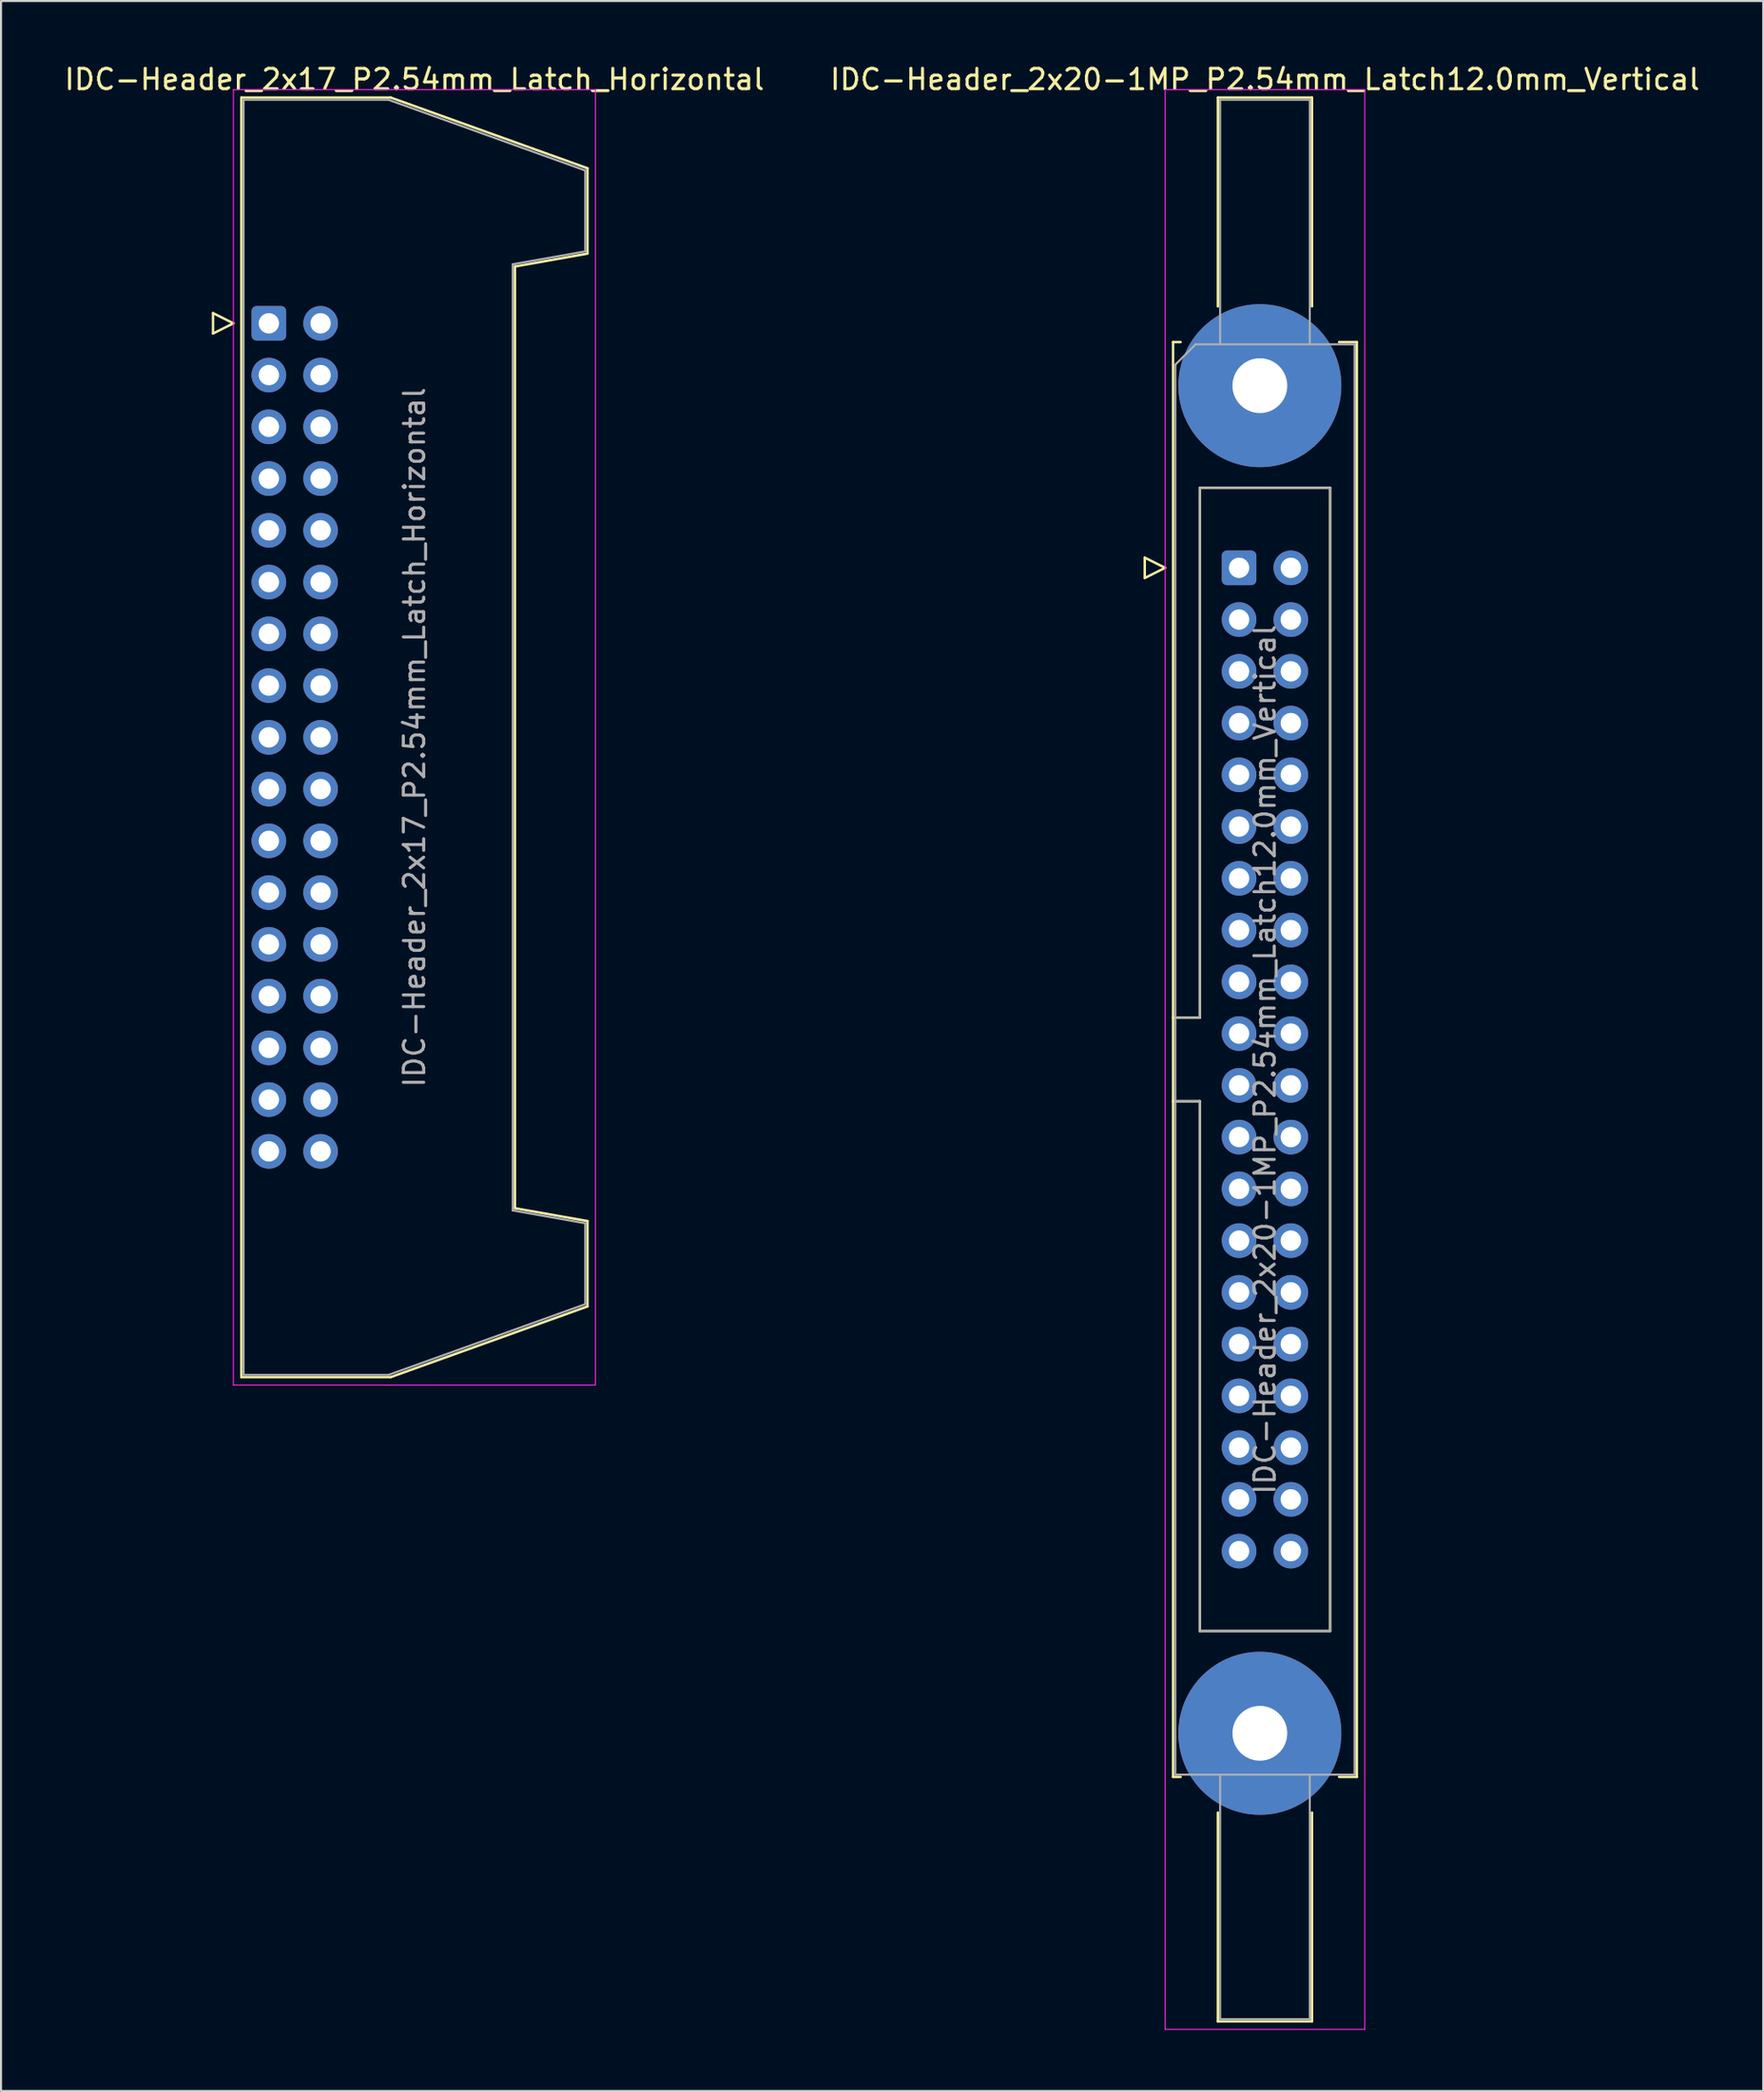
<source format=kicad_pcb>
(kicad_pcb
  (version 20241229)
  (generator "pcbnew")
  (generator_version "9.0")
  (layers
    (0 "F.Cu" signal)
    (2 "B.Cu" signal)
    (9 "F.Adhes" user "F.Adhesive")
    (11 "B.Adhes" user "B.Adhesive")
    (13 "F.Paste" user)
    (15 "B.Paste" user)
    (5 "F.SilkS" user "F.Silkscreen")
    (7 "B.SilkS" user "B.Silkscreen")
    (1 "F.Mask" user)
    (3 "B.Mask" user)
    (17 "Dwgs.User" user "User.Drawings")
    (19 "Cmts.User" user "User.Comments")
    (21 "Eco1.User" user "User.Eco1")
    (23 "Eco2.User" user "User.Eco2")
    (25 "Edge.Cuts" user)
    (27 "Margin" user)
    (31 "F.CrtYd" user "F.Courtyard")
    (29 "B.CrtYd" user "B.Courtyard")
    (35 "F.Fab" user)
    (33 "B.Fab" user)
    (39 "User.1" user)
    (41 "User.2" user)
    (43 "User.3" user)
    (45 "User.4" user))
  (footprint "IDC-Header_2x17_P2.54mm_Latch_Horizontal"
    (layer "F.Cu")
    (at 10.147 12.818)
    (property "Reference" "IDC-Header_2x17_P2.54mm_Latch_Horizontal" (at 7.145 -11.97 0) (layer "F.SilkS") (effects (font (size 1 1) (thickness 0.15))))
    (attr through_hole)
    (fp_line (start -2.74 -0.5) (end -2.74 0.5) (stroke (width 0.12) (type solid)) (layer "F.SilkS"))
    (fp_line (start -2.74 0.5) (end -1.74 0) (stroke (width 0.12) (type solid)) (layer "F.SilkS"))
    (fp_line (start -1.74 0) (end -2.74 -0.5) (stroke (width 0.12) (type solid)) (layer "F.SilkS"))
    (fp_line (start -1.35 -11.08) (end 5.98 -11.08) (stroke (width 0.12) (type solid)) (layer "F.SilkS"))
    (fp_line (start -1.35 51.72) (end -1.35 -11.08) (stroke (width 0.12) (type solid)) (layer "F.SilkS"))
    (fp_line (start 5.98 -11.08) (end 15.64 -7.61) (stroke (width 0.12) (type solid)) (layer "F.SilkS"))
    (fp_line (start 5.98 51.72) (end -1.35 51.72) (stroke (width 0.12) (type solid)) (layer "F.SilkS"))
    (fp_line (start 12.08 -2.79) (end 12.08 43.43) (stroke (width 0.12) (type solid)) (layer "F.SilkS"))
    (fp_line (start 12.08 43.43) (end 15.64 44.06) (stroke (width 0.12) (type solid)) (layer "F.SilkS"))
    (fp_line (start 15.64 -7.61) (end 15.64 -3.42) (stroke (width 0.12) (type solid)) (layer "F.SilkS"))
    (fp_line (start 15.64 -3.42) (end 12.08 -2.79) (stroke (width 0.12) (type solid)) (layer "F.SilkS"))
    (fp_line (start 15.64 44.06) (end 15.64 48.25) (stroke (width 0.12) (type solid)) (layer "F.SilkS"))
    (fp_line (start 15.64 48.25) (end 5.98 51.72) (stroke (width 0.12) (type solid)) (layer "F.SilkS"))
    (fp_line (start -1.74 -11.47) (end -1.74 52.11) (stroke (width 0.05) (type solid)) (layer "F.CrtYd"))
    (fp_line (start -1.74 52.11) (end 16.03 52.11) (stroke (width 0.05) (type solid)) (layer "F.CrtYd"))
    (fp_line (start 16.03 -11.47) (end -1.74 -11.47) (stroke (width 0.05) (type solid)) (layer "F.CrtYd"))
    (fp_line (start 16.03 52.11) (end 16.03 -11.47) (stroke (width 0.05) (type solid)) (layer "F.CrtYd"))
    (fp_line (start -1.24 -10.97) (end 5.87 -10.97) (stroke (width 0.1) (type solid)) (layer "F.Fab"))
    (fp_line (start -1.24 51.61) (end -1.24 -10.97) (stroke (width 0.1) (type solid)) (layer "F.Fab"))
    (fp_line (start 5.87 -10.97) (end 15.53 -7.5) (stroke (width 0.1) (type solid)) (layer "F.Fab"))
    (fp_line (start 5.87 51.61) (end -1.24 51.61) (stroke (width 0.1) (type solid)) (layer "F.Fab"))
    (fp_line (start 11.97 -2.9) (end 11.97 43.54) (stroke (width 0.1) (type solid)) (layer "F.Fab"))
    (fp_line (start 11.97 43.54) (end 15.53 44.17) (stroke (width 0.1) (type solid)) (layer "F.Fab"))
    (fp_line (start 15.53 -7.5) (end 15.53 -3.53) (stroke (width 0.1) (type solid)) (layer "F.Fab"))
    (fp_line (start 15.53 -3.53) (end 11.97 -2.9) (stroke (width 0.1) (type solid)) (layer "F.Fab"))
    (fp_line (start 15.53 44.17) (end 15.53 48.14) (stroke (width 0.1) (type solid)) (layer "F.Fab"))
    (fp_line (start 15.53 48.14) (end 5.87 51.61) (stroke (width 0.1) (type solid)) (layer "F.Fab"))
    (fp_text user "${REFERENCE}" (at 7.145 20.32 90) (layer "F.Fab") (effects (font (size 1 1) (thickness 0.15))))
    (pad "1" thru_hole roundrect (at 0 0) (size 1.7 1.7) (drill 1) (layers "*.Cu" "*.Mask") (roundrect_rratio 0.147))
    (pad "2" thru_hole circle (at 2.54 0) (size 1.7 1.7) (drill 1) (layers "*.Cu" "*.Mask"))
    (pad "3" thru_hole circle (at 0 2.54) (size 1.7 1.7) (drill 1) (layers "*.Cu" "*.Mask"))
    (pad "4" thru_hole circle (at 2.54 2.54) (size 1.7 1.7) (drill 1) (layers "*.Cu" "*.Mask"))
    (pad "5" thru_hole circle (at 0 5.08) (size 1.7 1.7) (drill 1) (layers "*.Cu" "*.Mask"))
    (pad "6" thru_hole circle (at 2.54 5.08) (size 1.7 1.7) (drill 1) (layers "*.Cu" "*.Mask"))
    (pad "7" thru_hole circle (at 0 7.62) (size 1.7 1.7) (drill 1) (layers "*.Cu" "*.Mask"))
    (pad "8" thru_hole circle (at 2.54 7.62) (size 1.7 1.7) (drill 1) (layers "*.Cu" "*.Mask"))
    (pad "9" thru_hole circle (at 0 10.16) (size 1.7 1.7) (drill 1) (layers "*.Cu" "*.Mask"))
    (pad "10" thru_hole circle (at 2.54 10.16) (size 1.7 1.7) (drill 1) (layers "*.Cu" "*.Mask"))
    (pad "11" thru_hole circle (at 0 12.7) (size 1.7 1.7) (drill 1) (layers "*.Cu" "*.Mask"))
    (pad "12" thru_hole circle (at 2.54 12.7) (size 1.7 1.7) (drill 1) (layers "*.Cu" "*.Mask"))
    (pad "13" thru_hole circle (at 0 15.24) (size 1.7 1.7) (drill 1) (layers "*.Cu" "*.Mask"))
    (pad "14" thru_hole circle (at 2.54 15.24) (size 1.7 1.7) (drill 1) (layers "*.Cu" "*.Mask"))
    (pad "15" thru_hole circle (at 0 17.78) (size 1.7 1.7) (drill 1) (layers "*.Cu" "*.Mask"))
    (pad "16" thru_hole circle (at 2.54 17.78) (size 1.7 1.7) (drill 1) (layers "*.Cu" "*.Mask"))
    (pad "17" thru_hole circle (at 0 20.32) (size 1.7 1.7) (drill 1) (layers "*.Cu" "*.Mask"))
    (pad "18" thru_hole circle (at 2.54 20.32) (size 1.7 1.7) (drill 1) (layers "*.Cu" "*.Mask"))
    (pad "19" thru_hole circle (at 0 22.86) (size 1.7 1.7) (drill 1) (layers "*.Cu" "*.Mask"))
    (pad "20" thru_hole circle (at 2.54 22.86) (size 1.7 1.7) (drill 1) (layers "*.Cu" "*.Mask"))
    (pad "21" thru_hole circle (at 0 25.4) (size 1.7 1.7) (drill 1) (layers "*.Cu" "*.Mask"))
    (pad "22" thru_hole circle (at 2.54 25.4) (size 1.7 1.7) (drill 1) (layers "*.Cu" "*.Mask"))
    (pad "23" thru_hole circle (at 0 27.94) (size 1.7 1.7) (drill 1) (layers "*.Cu" "*.Mask"))
    (pad "24" thru_hole circle (at 2.54 27.94) (size 1.7 1.7) (drill 1) (layers "*.Cu" "*.Mask"))
    (pad "25" thru_hole circle (at 0 30.48) (size 1.7 1.7) (drill 1) (layers "*.Cu" "*.Mask"))
    (pad "26" thru_hole circle (at 2.54 30.48) (size 1.7 1.7) (drill 1) (layers "*.Cu" "*.Mask"))
    (pad "27" thru_hole circle (at 0 33.02) (size 1.7 1.7) (drill 1) (layers "*.Cu" "*.Mask"))
    (pad "28" thru_hole circle (at 2.54 33.02) (size 1.7 1.7) (drill 1) (layers "*.Cu" "*.Mask"))
    (pad "29" thru_hole circle (at 0 35.56) (size 1.7 1.7) (drill 1) (layers "*.Cu" "*.Mask"))
    (pad "30" thru_hole circle (at 2.54 35.56) (size 1.7 1.7) (drill 1) (layers "*.Cu" "*.Mask"))
    (pad "31" thru_hole circle (at 0 38.1) (size 1.7 1.7) (drill 1) (layers "*.Cu" "*.Mask"))
    (pad "32" thru_hole circle (at 2.54 38.1) (size 1.7 1.7) (drill 1) (layers "*.Cu" "*.Mask"))
    (pad "33" thru_hole circle (at 0 40.64) (size 1.7 1.7) (drill 1) (layers "*.Cu" "*.Mask"))
    (pad "34" thru_hole circle (at 2.54 40.64) (size 1.7 1.7) (drill 1) (layers "*.Cu" "*.Mask")))
  (footprint "IDC-Header_2x20-1MP_P2.54mm_Latch12.0mm_Vertical"
    (layer "F.Cu")
    (at 57.772 24.818)
    (property "Reference" "IDC-Header_2x20-1MP_P2.54mm_Latch12.0mm_Vertical" (at 1.27 -23.97 0) (layer "F.SilkS") (effects (font (size 1 1) (thickness 0.15))))
    (attr through_hole)
    (fp_line (start -4.63 -0.5) (end -4.63 0.5) (stroke (width 0.12) (type solid)) (layer "F.SilkS"))
    (fp_line (start -4.63 0.5) (end -3.63 0) (stroke (width 0.12) (type solid)) (layer "F.SilkS"))
    (fp_line (start -3.63 0) (end -4.63 -0.5) (stroke (width 0.12) (type solid)) (layer "F.SilkS"))
    (fp_line (start -3.24 -11.08) (end -3.24 59.34) (stroke (width 0.12) (type solid)) (layer "F.SilkS"))
    (fp_line (start -3.24 22.08) (end -1.93 22.08) (stroke (width 0.12) (type solid)) (layer "F.SilkS"))
    (fp_line (start -3.24 59.34) (end -2.87 59.34) (stroke (width 0.12) (type solid)) (layer "F.SilkS"))
    (fp_line (start -2.87 -11.08) (end -3.24 -11.08) (stroke (width 0.12) (type solid)) (layer "F.SilkS"))
    (fp_line (start -1.93 -3.92) (end 4.47 -3.92) (stroke (width 0.12) (type solid)) (layer "F.SilkS"))
    (fp_line (start -1.93 22.08) (end -1.93 -3.92) (stroke (width 0.12) (type solid)) (layer "F.SilkS"))
    (fp_line (start -1.93 26.18) (end -3.24 26.18) (stroke (width 0.12) (type solid)) (layer "F.SilkS"))
    (fp_line (start -1.93 26.18) (end -1.93 26.18) (stroke (width 0.12) (type solid)) (layer "F.SilkS"))
    (fp_line (start -1.93 52.18) (end -1.93 26.18) (stroke (width 0.12) (type solid)) (layer "F.SilkS"))
    (fp_line (start -1.04 -23.08) (end 3.58 -23.08) (stroke (width 0.12) (type solid)) (layer "F.SilkS"))
    (fp_line (start -1.04 -12.83) (end -1.04 -23.08) (stroke (width 0.12) (type solid)) (layer "F.SilkS"))
    (fp_line (start -1.04 61.09) (end -1.04 71.34) (stroke (width 0.12) (type solid)) (layer "F.SilkS"))
    (fp_line (start -1.04 71.34) (end 3.58 71.34) (stroke (width 0.12) (type solid)) (layer "F.SilkS"))
    (fp_line (start 3.58 -23.08) (end 3.58 -12.83) (stroke (width 0.12) (type solid)) (layer "F.SilkS"))
    (fp_line (start 3.58 71.34) (end 3.58 61.09) (stroke (width 0.12) (type solid)) (layer "F.SilkS"))
    (fp_line (start 4.47 -3.92) (end 4.47 52.18) (stroke (width 0.12) (type solid)) (layer "F.SilkS"))
    (fp_line (start 4.47 52.18) (end -1.93 52.18) (stroke (width 0.12) (type solid)) (layer "F.SilkS"))
    (fp_line (start 4.91 -11.08) (end 5.78 -11.08) (stroke (width 0.12) (type solid)) (layer "F.SilkS"))
    (fp_line (start 5.78 -11.08) (end 5.78 59.34) (stroke (width 0.12) (type solid)) (layer "F.SilkS"))
    (fp_line (start 5.78 59.34) (end 4.91 59.34) (stroke (width 0.12) (type solid)) (layer "F.SilkS"))
    (fp_line (start -3.63 -23.47) (end -3.63 71.73) (stroke (width 0.05) (type solid)) (layer "F.CrtYd"))
    (fp_line (start -3.63 71.73) (end 6.17 71.73) (stroke (width 0.05) (type solid)) (layer "F.CrtYd"))
    (fp_line (start 6.17 -23.47) (end -3.63 -23.47) (stroke (width 0.05) (type solid)) (layer "F.CrtYd"))
    (fp_line (start 6.17 71.73) (end 6.17 -23.47) (stroke (width 0.05) (type solid)) (layer "F.CrtYd"))
    (fp_line (start -3.13 -9.97) (end -2.13 -10.97) (stroke (width 0.1) (type solid)) (layer "F.Fab"))
    (fp_line (start -3.13 22.08) (end -1.93 22.08) (stroke (width 0.1) (type solid)) (layer "F.Fab"))
    (fp_line (start -3.13 59.23) (end -3.13 -9.97) (stroke (width 0.1) (type solid)) (layer "F.Fab"))
    (fp_line (start -2.13 -10.97) (end 5.67 -10.97) (stroke (width 0.1) (type solid)) (layer "F.Fab"))
    (fp_line (start -1.93 -3.92) (end 4.47 -3.92) (stroke (width 0.1) (type solid)) (layer "F.Fab"))
    (fp_line (start -1.93 22.08) (end -1.93 -3.92) (stroke (width 0.1) (type solid)) (layer "F.Fab"))
    (fp_line (start -1.93 26.18) (end -3.13 26.18) (stroke (width 0.1) (type solid)) (layer "F.Fab"))
    (fp_line (start -1.93 26.18) (end -1.93 26.18) (stroke (width 0.1) (type solid)) (layer "F.Fab"))
    (fp_line (start -1.93 52.18) (end -1.93 26.18) (stroke (width 0.1) (type solid)) (layer "F.Fab"))
    (fp_line (start -0.93 -22.97) (end 3.47 -22.97) (stroke (width 0.1) (type solid)) (layer "F.Fab"))
    (fp_line (start -0.93 -10.97) (end -0.93 -22.97) (stroke (width 0.1) (type solid)) (layer "F.Fab"))
    (fp_line (start -0.93 59.23) (end -0.93 71.23) (stroke (width 0.1) (type solid)) (layer "F.Fab"))
    (fp_line (start -0.93 71.23) (end 3.47 71.23) (stroke (width 0.1) (type solid)) (layer "F.Fab"))
    (fp_line (start 3.47 -22.97) (end 3.47 -10.97) (stroke (width 0.1) (type solid)) (layer "F.Fab"))
    (fp_line (start 3.47 71.23) (end 3.47 59.23) (stroke (width 0.1) (type solid)) (layer "F.Fab"))
    (fp_line (start 4.47 -3.92) (end 4.47 52.18) (stroke (width 0.1) (type solid)) (layer "F.Fab"))
    (fp_line (start 4.47 52.18) (end -1.93 52.18) (stroke (width 0.1) (type solid)) (layer "F.Fab"))
    (fp_line (start 5.67 -10.97) (end 5.67 59.23) (stroke (width 0.1) (type solid)) (layer "F.Fab"))
    (fp_line (start 5.67 59.23) (end -3.13 59.23) (stroke (width 0.1) (type solid)) (layer "F.Fab"))
    (fp_text user "${REFERENCE}" (at 1.27 24.13 90) (layer "F.Fab") (effects (font (size 1 1) (thickness 0.15))))
    (pad "1" thru_hole roundrect (at 0 0) (size 1.7 1.7) (drill 1) (layers "*.Cu" "*.Mask") (roundrect_rratio 0.147))
    (pad "2" thru_hole circle (at 2.54 0) (size 1.7 1.7) (drill 1) (layers "*.Cu" "*.Mask"))
    (pad "3" thru_hole circle (at 0 2.54) (size 1.7 1.7) (drill 1) (layers "*.Cu" "*.Mask"))
    (pad "4" thru_hole circle (at 2.54 2.54) (size 1.7 1.7) (drill 1) (layers "*.Cu" "*.Mask"))
    (pad "5" thru_hole circle (at 0 5.08) (size 1.7 1.7) (drill 1) (layers "*.Cu" "*.Mask"))
    (pad "6" thru_hole circle (at 2.54 5.08) (size 1.7 1.7) (drill 1) (layers "*.Cu" "*.Mask"))
    (pad "7" thru_hole circle (at 0 7.62) (size 1.7 1.7) (drill 1) (layers "*.Cu" "*.Mask"))
    (pad "8" thru_hole circle (at 2.54 7.62) (size 1.7 1.7) (drill 1) (layers "*.Cu" "*.Mask"))
    (pad "9" thru_hole circle (at 0 10.16) (size 1.7 1.7) (drill 1) (layers "*.Cu" "*.Mask"))
    (pad "10" thru_hole circle (at 2.54 10.16) (size 1.7 1.7) (drill 1) (layers "*.Cu" "*.Mask"))
    (pad "11" thru_hole circle (at 0 12.7) (size 1.7 1.7) (drill 1) (layers "*.Cu" "*.Mask"))
    (pad "12" thru_hole circle (at 2.54 12.7) (size 1.7 1.7) (drill 1) (layers "*.Cu" "*.Mask"))
    (pad "13" thru_hole circle (at 0 15.24) (size 1.7 1.7) (drill 1) (layers "*.Cu" "*.Mask"))
    (pad "14" thru_hole circle (at 2.54 15.24) (size 1.7 1.7) (drill 1) (layers "*.Cu" "*.Mask"))
    (pad "15" thru_hole circle (at 0 17.78) (size 1.7 1.7) (drill 1) (layers "*.Cu" "*.Mask"))
    (pad "16" thru_hole circle (at 2.54 17.78) (size 1.7 1.7) (drill 1) (layers "*.Cu" "*.Mask"))
    (pad "17" thru_hole circle (at 0 20.32) (size 1.7 1.7) (drill 1) (layers "*.Cu" "*.Mask"))
    (pad "18" thru_hole circle (at 2.54 20.32) (size 1.7 1.7) (drill 1) (layers "*.Cu" "*.Mask"))
    (pad "19" thru_hole circle (at 0 22.86) (size 1.7 1.7) (drill 1) (layers "*.Cu" "*.Mask"))
    (pad "20" thru_hole circle (at 2.54 22.86) (size 1.7 1.7) (drill 1) (layers "*.Cu" "*.Mask"))
    (pad "21" thru_hole circle (at 0 25.4) (size 1.7 1.7) (drill 1) (layers "*.Cu" "*.Mask"))
    (pad "22" thru_hole circle (at 2.54 25.4) (size 1.7 1.7) (drill 1) (layers "*.Cu" "*.Mask"))
    (pad "23" thru_hole circle (at 0 27.94) (size 1.7 1.7) (drill 1) (layers "*.Cu" "*.Mask"))
    (pad "24" thru_hole circle (at 2.54 27.94) (size 1.7 1.7) (drill 1) (layers "*.Cu" "*.Mask"))
    (pad "25" thru_hole circle (at 0 30.48) (size 1.7 1.7) (drill 1) (layers "*.Cu" "*.Mask"))
    (pad "26" thru_hole circle (at 2.54 30.48) (size 1.7 1.7) (drill 1) (layers "*.Cu" "*.Mask"))
    (pad "27" thru_hole circle (at 0 33.02) (size 1.7 1.7) (drill 1) (layers "*.Cu" "*.Mask"))
    (pad "28" thru_hole circle (at 2.54 33.02) (size 1.7 1.7) (drill 1) (layers "*.Cu" "*.Mask"))
    (pad "29" thru_hole circle (at 0 35.56) (size 1.7 1.7) (drill 1) (layers "*.Cu" "*.Mask"))
    (pad "30" thru_hole circle (at 2.54 35.56) (size 1.7 1.7) (drill 1) (layers "*.Cu" "*.Mask"))
    (pad "31" thru_hole circle (at 0 38.1) (size 1.7 1.7) (drill 1) (layers "*.Cu" "*.Mask"))
    (pad "32" thru_hole circle (at 2.54 38.1) (size 1.7 1.7) (drill 1) (layers "*.Cu" "*.Mask"))
    (pad "33" thru_hole circle (at 0 40.64) (size 1.7 1.7) (drill 1) (layers "*.Cu" "*.Mask"))
    (pad "34" thru_hole circle (at 2.54 40.64) (size 1.7 1.7) (drill 1) (layers "*.Cu" "*.Mask"))
    (pad "35" thru_hole circle (at 0 43.18) (size 1.7 1.7) (drill 1) (layers "*.Cu" "*.Mask"))
    (pad "36" thru_hole circle (at 2.54 43.18) (size 1.7 1.7) (drill 1) (layers "*.Cu" "*.Mask"))
    (pad "37" thru_hole circle (at 0 45.72) (size 1.7 1.7) (drill 1) (layers "*.Cu" "*.Mask"))
    (pad "38" thru_hole circle (at 2.54 45.72) (size 1.7 1.7) (drill 1) (layers "*.Cu" "*.Mask"))
    (pad "39" thru_hole circle (at 0 48.26) (size 1.7 1.7) (drill 1) (layers "*.Cu" "*.Mask"))
    (pad "40" thru_hole circle (at 2.54 48.26) (size 1.7 1.7) (drill 1) (layers "*.Cu" "*.Mask"))
    (pad "MP" thru_hole circle (at 1.02 -8.94) (size 8 8) (drill 2.69) (layers "*.Cu" "*.Mask"))
    (pad "MP" thru_hole circle (at 1.02 57.2) (size 8 8) (drill 2.69) (layers "*.Cu" "*.Mask")))
  (gr_rect
    (start -3 -3)
    (end 83.5 99.573)
    (stroke (width 0.1) (type default))
    (fill no)
    (layer "Edge.Cuts")))
</source>
